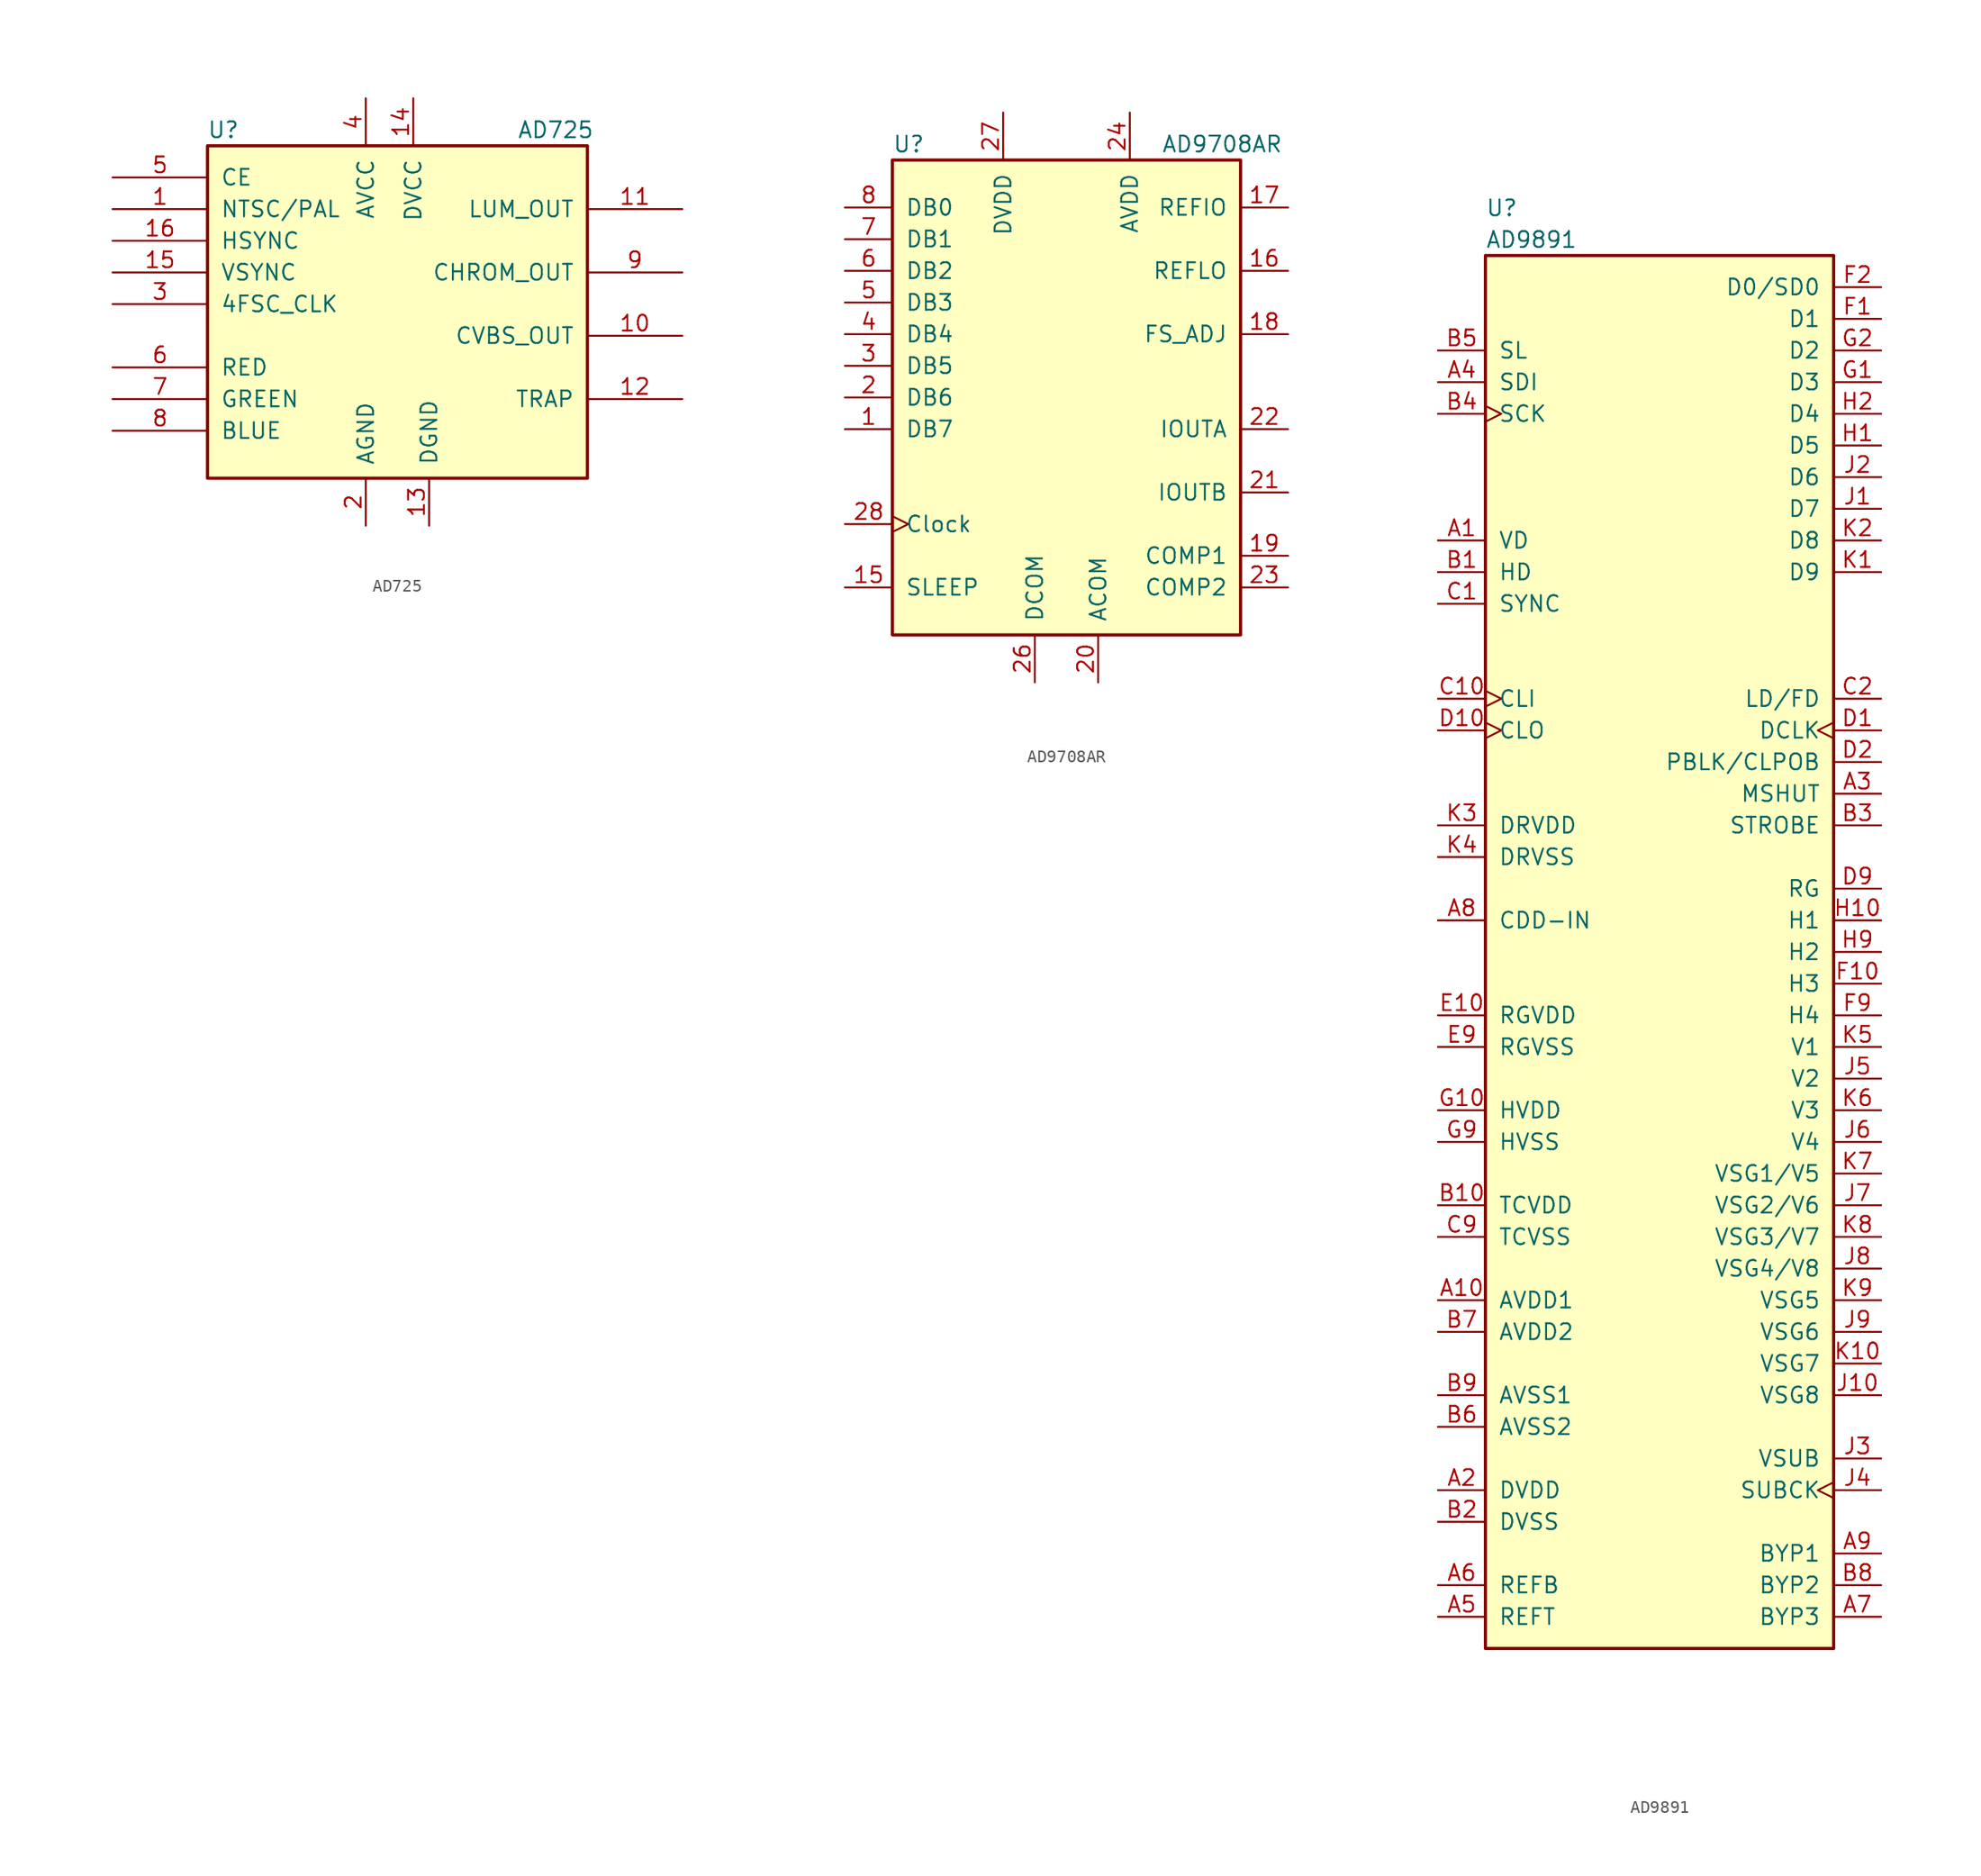
<source format=kicad_sym>
(kicad_symbol_lib
  (version 20241209)
  (generator "kicad_symbol_editor")
  (generator_version "9.0")
  (symbol "AD725"
    (pin_names
      (offset 1.016))
    (property "Reference" "U"
      (at -13.97 13.97 0)
      (effects (font (size 1.27 1.27))))
    (property "Value" "AD725"
      (at 12.7 13.97 0)
      (effects (font (size 1.27 1.27))))
    (symbol "AD725_0_1"
      (rectangle (start -15.24 12.7) (end 15.24 -13.97) (stroke (width 0.254) (type default)) (fill (type background))))
    (symbol "AD725_1_1"
      (pin power_in line (at -22.86 10.16 0) (length 7.62) (name "CE" (effects (font (size 1.27 1.27)))) (number "5" (effects (font (size 1.27 1.27)))))
      (pin input line (at -22.86 7.62 0) (length 7.62) (name "NTSC/PAL" (effects (font (size 1.27 1.27)))) (number "1" (effects (font (size 1.27 1.27)))))
      (pin input line (at -22.86 5.08 0) (length 7.62) (name "HSYNC" (effects (font (size 1.27 1.27)))) (number "16" (effects (font (size 1.27 1.27)))))
      (pin input line (at -22.86 2.54 0) (length 7.62) (name "VSYNC" (effects (font (size 1.27 1.27)))) (number "15" (effects (font (size 1.27 1.27)))))
      (pin input line (at -22.86 0 0) (length 7.62) (name "4FSC_CLK" (effects (font (size 1.27 1.27)))) (number "3" (effects (font (size 1.27 1.27)))))
      (pin input line (at -22.86 -5.08 0) (length 7.62) (name "RED" (effects (font (size 1.27 1.27)))) (number "6" (effects (font (size 1.27 1.27)))))
      (pin input line (at -22.86 -7.62 0) (length 7.62) (name "GREEN" (effects (font (size 1.27 1.27)))) (number "7" (effects (font (size 1.27 1.27)))))
      (pin input line (at -22.86 -10.16 0) (length 7.62) (name "BLUE" (effects (font (size 1.27 1.27)))) (number "8" (effects (font (size 1.27 1.27)))))
      (pin power_in line (at -2.54 16.51 270) (length 3.81) (name "AVCC" (effects (font (size 1.27 1.27)))) (number "4" (effects (font (size 1.27 1.27)))))
      (pin power_in line (at -2.54 -17.78 90) (length 3.81) (name "AGND" (effects (font (size 1.27 1.27)))) (number "2" (effects (font (size 1.27 1.27)))))
      (pin power_in line (at 1.27 16.51 270) (length 3.81) (name "DVCC" (effects (font (size 1.27 1.27)))) (number "14" (effects (font (size 1.27 1.27)))))
      (pin power_in line (at 2.54 -17.78 90) (length 3.81) (name "DGND" (effects (font (size 1.27 1.27)))) (number "13" (effects (font (size 1.27 1.27)))))
      (pin output line (at 22.86 7.62 180) (length 7.62) (name "LUM_OUT" (effects (font (size 1.27 1.27)))) (number "11" (effects (font (size 1.27 1.27)))))
      (pin output line (at 22.86 2.54 180) (length 7.62) (name "CHROM_OUT" (effects (font (size 1.27 1.27)))) (number "9" (effects (font (size 1.27 1.27)))))
      (pin output line (at 22.86 -2.54 180) (length 7.62) (name "CVBS_OUT" (effects (font (size 1.27 1.27)))) (number "10" (effects (font (size 1.27 1.27)))))
      (pin input line (at 22.86 -7.62 180) (length 7.62) (name "TRAP" (effects (font (size 1.27 1.27)))) (number "12" (effects (font (size 1.27 1.27)))))))
  (symbol "AD9708AR"
    (pin_names
      (offset 1.016))
    (property "Reference" "U"
      (at -13.97 20.32 0)
      (effects (font (size 1.27 1.27)) (justify left)))
    (property "Value" "AD9708AR"
      (at 7.62 20.32 0)
      (effects (font (size 1.27 1.27)) (justify left)))
    (symbol "AD9708AR_0_1"
      (rectangle (start -13.97 19.05) (end 13.97 -19.05) (stroke (width 0.254) (type default)) (fill (type background))))
    (symbol "AD9708AR_1_1"
      (pin input line (at -17.78 15.24 0) (length 3.81) (name "DB0" (effects (font (size 1.27 1.27)))) (number "8" (effects (font (size 1.27 1.27)))))
      (pin input line (at -17.78 12.7 0) (length 3.81) (name "DB1" (effects (font (size 1.27 1.27)))) (number "7" (effects (font (size 1.27 1.27)))))
      (pin input line (at -17.78 10.16 0) (length 3.81) (name "DB2" (effects (font (size 1.27 1.27)))) (number "6" (effects (font (size 1.27 1.27)))))
      (pin input line (at -17.78 7.62 0) (length 3.81) (name "DB3" (effects (font (size 1.27 1.27)))) (number "5" (effects (font (size 1.27 1.27)))))
      (pin input line (at -17.78 5.08 0) (length 3.81) (name "DB4" (effects (font (size 1.27 1.27)))) (number "4" (effects (font (size 1.27 1.27)))))
      (pin input line (at -17.78 2.54 0) (length 3.81) (name "DB5" (effects (font (size 1.27 1.27)))) (number "3" (effects (font (size 1.27 1.27)))))
      (pin input line (at -17.78 0 0) (length 3.81) (name "DB6" (effects (font (size 1.27 1.27)))) (number "2" (effects (font (size 1.27 1.27)))))
      (pin input line (at -17.78 -2.54 0) (length 3.81) (name "DB7" (effects (font (size 1.27 1.27)))) (number "1" (effects (font (size 1.27 1.27)))))
      (pin input clock (at -17.78 -10.16 0) (length 3.81) (name "Clock" (effects (font (size 1.27 1.27)))) (number "28" (effects (font (size 1.27 1.27)))))
      (pin input line (at -17.78 -15.24 0) (length 3.81) (name "SLEEP" (effects (font (size 1.27 1.27)))) (number "15" (effects (font (size 1.27 1.27)))))
      (pin power_in line (at -5.08 22.86 270) (length 3.81) (name "DVDD" (effects (font (size 1.27 1.27)))) (number "27" (effects (font (size 1.27 1.27)))))
      (pin power_in line (at -2.54 -22.86 90) (length 3.81) (name "DCOM" (effects (font (size 1.27 1.27)))) (number "26" (effects (font (size 1.27 1.27)))))
      (pin power_in line (at 2.54 -22.86 90) (length 3.81) (name "ACOM" (effects (font (size 1.27 1.27)))) (number "20" (effects (font (size 1.27 1.27)))))
      (pin power_in line (at 5.08 22.86 270) (length 3.81) (name "AVDD" (effects (font (size 1.27 1.27)))) (number "24" (effects (font (size 1.27 1.27)))))
      (pin bidirectional line (at 17.78 15.24 180) (length 3.81) (name "REFIO" (effects (font (size 1.27 1.27)))) (number "17" (effects (font (size 1.27 1.27)))))
      (pin power_in line (at 17.78 10.16 180) (length 3.81) (name "REFLO" (effects (font (size 1.27 1.27)))) (number "16" (effects (font (size 1.27 1.27)))))
      (pin output line (at 17.78 5.08 180) (length 3.81) (name "FS_ADJ" (effects (font (size 1.27 1.27)))) (number "18" (effects (font (size 1.27 1.27)))))
      (pin output line (at 17.78 -2.54 180) (length 3.81) (name "IOUTA" (effects (font (size 1.27 1.27)))) (number "22" (effects (font (size 1.27 1.27)))))
      (pin output line (at 17.78 -7.62 180) (length 3.81) (name "IOUTB" (effects (font (size 1.27 1.27)))) (number "21" (effects (font (size 1.27 1.27)))))
      (pin bidirectional line (at 17.78 -12.7 180) (length 3.81) (name "COMP1" (effects (font (size 1.27 1.27)))) (number "19" (effects (font (size 1.27 1.27)))))
      (pin bidirectional line (at 17.78 -15.24 180) (length 3.81) (name "COMP2" (effects (font (size 1.27 1.27)))) (number "23" (effects (font (size 1.27 1.27)))))))
  (symbol "AD9891"
    (pin_names
      (offset 1.016))
    (property "Reference" "U"
      (at -13.97 59.69 0)
      (effects (font (size 1.27 1.27)) (justify left)))
    (property "Value" "AD9891"
      (at -13.97 57.15 0)
      (effects (font (size 1.27 1.27)) (justify left)))
    (symbol "AD9891_0_1"
      (rectangle (start 13.97 -55.88) (end -13.97 55.88) (stroke (width 0.254) (type default)) (fill (type background))))
    (symbol "AD9891_1_1"
      (pin input line (at -17.78 48.26 0) (length 3.81) (name "SL" (effects (font (size 1.27 1.27)))) (number "B5" (effects (font (size 1.27 1.27)))))
      (pin input line (at -17.78 45.72 0) (length 3.81) (name "SDI" (effects (font (size 1.27 1.27)))) (number "A4" (effects (font (size 1.27 1.27)))))
      (pin input clock (at -17.78 43.18 0) (length 3.81) (name "SCK" (effects (font (size 1.27 1.27)))) (number "B4" (effects (font (size 1.27 1.27)))))
      (pin bidirectional line (at -17.78 33.02 0) (length 3.81) (name "VD" (effects (font (size 1.27 1.27)))) (number "A1" (effects (font (size 1.27 1.27)))))
      (pin bidirectional line (at -17.78 30.48 0) (length 3.81) (name "HD" (effects (font (size 1.27 1.27)))) (number "B1" (effects (font (size 1.27 1.27)))))
      (pin input line (at -17.78 27.94 0) (length 3.81) (name "SYNC" (effects (font (size 1.27 1.27)))) (number "C1" (effects (font (size 1.27 1.27)))))
      (pin input clock (at -17.78 20.32 0) (length 3.81) (name "CLI" (effects (font (size 1.27 1.27)))) (number "C10" (effects (font (size 1.27 1.27)))))
      (pin output clock (at -17.78 17.78 0) (length 3.81) (name "CLO" (effects (font (size 1.27 1.27)))) (number "D10" (effects (font (size 1.27 1.27)))))
      (pin power_out line (at -17.78 10.16 0) (length 3.81) (name "DRVDD" (effects (font (size 1.27 1.27)))) (number "K3" (effects (font (size 1.27 1.27)))))
      (pin power_out line (at -17.78 7.62 0) (length 3.81) (name "DRVSS" (effects (font (size 1.27 1.27)))) (number "K4" (effects (font (size 1.27 1.27)))))
      (pin input line (at -17.78 2.54 0) (length 3.81) (name "CDD-IN" (effects (font (size 1.27 1.27)))) (number "A8" (effects (font (size 1.27 1.27)))))
      (pin power_in line (at -17.78 -5.08 0) (length 3.81) (name "RGVDD" (effects (font (size 1.27 1.27)))) (number "E10" (effects (font (size 1.27 1.27)))))
      (pin power_in line (at -17.78 -7.62 0) (length 3.81) (name "RGVSS" (effects (font (size 1.27 1.27)))) (number "E9" (effects (font (size 1.27 1.27)))))
      (pin power_in line (at -17.78 -12.7 0) (length 3.81) (name "HVDD" (effects (font (size 1.27 1.27)))) (number "G10" (effects (font (size 1.27 1.27)))))
      (pin power_in line (at -17.78 -15.24 0) (length 3.81) (name "HVSS" (effects (font (size 1.27 1.27)))) (number "G9" (effects (font (size 1.27 1.27)))))
      (pin power_in line (at -17.78 -20.32 0) (length 3.81) (name "TCVDD" (effects (font (size 1.27 1.27)))) (number "B10" (effects (font (size 1.27 1.27)))))
      (pin power_in line (at -17.78 -22.86 0) (length 3.81) (name "TCVSS" (effects (font (size 1.27 1.27)))) (number "C9" (effects (font (size 1.27 1.27)))))
      (pin power_in line (at -17.78 -27.94 0) (length 3.81) (name "AVDD1" (effects (font (size 1.27 1.27)))) (number "A10" (effects (font (size 1.27 1.27)))))
      (pin power_in line (at -17.78 -30.48 0) (length 3.81) (name "AVDD2" (effects (font (size 1.27 1.27)))) (number "B7" (effects (font (size 1.27 1.27)))))
      (pin power_in line (at -17.78 -35.56 0) (length 3.81) (name "AVSS1" (effects (font (size 1.27 1.27)))) (number "B9" (effects (font (size 1.27 1.27)))))
      (pin power_in line (at -17.78 -38.1 0) (length 3.81) (name "AVSS2" (effects (font (size 1.27 1.27)))) (number "B6" (effects (font (size 1.27 1.27)))))
      (pin power_in line (at -17.78 -43.18 0) (length 3.81) (name "DVDD" (effects (font (size 1.27 1.27)))) (number "A2" (effects (font (size 1.27 1.27)))))
      (pin power_in line (at -17.78 -45.72 0) (length 3.81) (name "DVSS" (effects (font (size 1.27 1.27)))) (number "B2" (effects (font (size 1.27 1.27)))))
      (pin output line (at -17.78 -50.8 0) (length 3.81) (name "REFB" (effects (font (size 1.27 1.27)))) (number "A6" (effects (font (size 1.27 1.27)))))
      (pin output line (at -17.78 -53.34 0) (length 3.81) (name "REFT" (effects (font (size 1.27 1.27)))) (number "A5" (effects (font (size 1.27 1.27)))))
      (pin output line (at 17.78 53.34 180) (length 3.81) (name "D0/SD0" (effects (font (size 1.27 1.27)))) (number "F2" (effects (font (size 1.27 1.27)))))
      (pin output line (at 17.78 50.8 180) (length 3.81) (name "D1" (effects (font (size 1.27 1.27)))) (number "F1" (effects (font (size 1.27 1.27)))))
      (pin output line (at 17.78 48.26 180) (length 3.81) (name "D2" (effects (font (size 1.27 1.27)))) (number "G2" (effects (font (size 1.27 1.27)))))
      (pin output line (at 17.78 45.72 180) (length 3.81) (name "D3" (effects (font (size 1.27 1.27)))) (number "G1" (effects (font (size 1.27 1.27)))))
      (pin output line (at 17.78 43.18 180) (length 3.81) (name "D4" (effects (font (size 1.27 1.27)))) (number "H2" (effects (font (size 1.27 1.27)))))
      (pin output line (at 17.78 40.64 180) (length 3.81) (name "D5" (effects (font (size 1.27 1.27)))) (number "H1" (effects (font (size 1.27 1.27)))))
      (pin output line (at 17.78 38.1 180) (length 3.81) (name "D6" (effects (font (size 1.27 1.27)))) (number "J2" (effects (font (size 1.27 1.27)))))
      (pin output line (at 17.78 35.56 180) (length 3.81) (name "D7" (effects (font (size 1.27 1.27)))) (number "J1" (effects (font (size 1.27 1.27)))))
      (pin output line (at 17.78 33.02 180) (length 3.81) (name "D8" (effects (font (size 1.27 1.27)))) (number "K2" (effects (font (size 1.27 1.27)))))
      (pin input line (at 17.78 30.48 180) (length 3.81) (name "D9" (effects (font (size 1.27 1.27)))) (number "K1" (effects (font (size 1.27 1.27)))))
      (pin output line (at 17.78 20.32 180) (length 3.81) (name "LD/FD" (effects (font (size 1.27 1.27)))) (number "C2" (effects (font (size 1.27 1.27)))))
      (pin output clock (at 17.78 17.78 180) (length 3.81) (name "DCLK" (effects (font (size 1.27 1.27)))) (number "D1" (effects (font (size 1.27 1.27)))))
      (pin output line (at 17.78 15.24 180) (length 3.81) (name "PBLK/CLPOB" (effects (font (size 1.27 1.27)))) (number "D2" (effects (font (size 1.27 1.27)))))
      (pin output line (at 17.78 12.7 180) (length 3.81) (name "MSHUT" (effects (font (size 1.27 1.27)))) (number "A3" (effects (font (size 1.27 1.27)))))
      (pin output line (at 17.78 10.16 180) (length 3.81) (name "STROBE" (effects (font (size 1.27 1.27)))) (number "B3" (effects (font (size 1.27 1.27)))))
      (pin output line (at 17.78 5.08 180) (length 3.81) (name "RG" (effects (font (size 1.27 1.27)))) (number "D9" (effects (font (size 1.27 1.27)))))
      (pin output line (at 17.78 2.54 180) (length 3.81) (name "H1" (effects (font (size 1.27 1.27)))) (number "H10" (effects (font (size 1.27 1.27)))))
      (pin output line (at 17.78 0 180) (length 3.81) (name "H2" (effects (font (size 1.27 1.27)))) (number "H9" (effects (font (size 1.27 1.27)))))
      (pin output line (at 17.78 -2.54 180) (length 3.81) (name "H3" (effects (font (size 1.27 1.27)))) (number "F10" (effects (font (size 1.27 1.27)))))
      (pin output line (at 17.78 -5.08 180) (length 3.81) (name "H4" (effects (font (size 1.27 1.27)))) (number "F9" (effects (font (size 1.27 1.27)))))
      (pin output line (at 17.78 -7.62 180) (length 3.81) (name "V1" (effects (font (size 1.27 1.27)))) (number "K5" (effects (font (size 1.27 1.27)))))
      (pin output line (at 17.78 -10.16 180) (length 3.81) (name "V2" (effects (font (size 1.27 1.27)))) (number "J5" (effects (font (size 1.27 1.27)))))
      (pin output line (at 17.78 -12.7 180) (length 3.81) (name "V3" (effects (font (size 1.27 1.27)))) (number "K6" (effects (font (size 1.27 1.27)))))
      (pin output line (at 17.78 -15.24 180) (length 3.81) (name "V4" (effects (font (size 1.27 1.27)))) (number "J6" (effects (font (size 1.27 1.27)))))
      (pin output line (at 17.78 -17.78 180) (length 3.81) (name "VSG1/V5" (effects (font (size 1.27 1.27)))) (number "K7" (effects (font (size 1.27 1.27)))))
      (pin output line (at 17.78 -20.32 180) (length 3.81) (name "VSG2/V6" (effects (font (size 1.27 1.27)))) (number "J7" (effects (font (size 1.27 1.27)))))
      (pin output line (at 17.78 -22.86 180) (length 3.81) (name "VSG3/V7" (effects (font (size 1.27 1.27)))) (number "K8" (effects (font (size 1.27 1.27)))))
      (pin output line (at 17.78 -25.4 180) (length 3.81) (name "VSG4/V8" (effects (font (size 1.27 1.27)))) (number "J8" (effects (font (size 1.27 1.27)))))
      (pin output line (at 17.78 -27.94 180) (length 3.81) (name "VSG5" (effects (font (size 1.27 1.27)))) (number "K9" (effects (font (size 1.27 1.27)))))
      (pin output line (at 17.78 -30.48 180) (length 3.81) (name "VSG6" (effects (font (size 1.27 1.27)))) (number "J9" (effects (font (size 1.27 1.27)))))
      (pin output line (at 17.78 -33.02 180) (length 3.81) (name "VSG7" (effects (font (size 1.27 1.27)))) (number "K10" (effects (font (size 1.27 1.27)))))
      (pin output line (at 17.78 -35.56 180) (length 3.81) (name "VSG8" (effects (font (size 1.27 1.27)))) (number "J10" (effects (font (size 1.27 1.27)))))
      (pin output line (at 17.78 -40.64 180) (length 3.81) (name "VSUB" (effects (font (size 1.27 1.27)))) (number "J3" (effects (font (size 1.27 1.27)))))
      (pin output clock (at 17.78 -43.18 180) (length 3.81) (name "SUBCK" (effects (font (size 1.27 1.27)))) (number "J4" (effects (font (size 1.27 1.27)))))
      (pin output line (at 17.78 -48.26 180) (length 3.81) (name "BYP1" (effects (font (size 1.27 1.27)))) (number "A9" (effects (font (size 1.27 1.27)))))
      (pin output line (at 17.78 -50.8 180) (length 3.81) (name "BYP2" (effects (font (size 1.27 1.27)))) (number "B8" (effects (font (size 1.27 1.27)))))
      (pin output line (at 17.78 -53.34 180) (length 3.81) (name "BYP3" (effects (font (size 1.27 1.27)))) (number "A7" (effects (font (size 1.27 1.27))))))))
</source>
